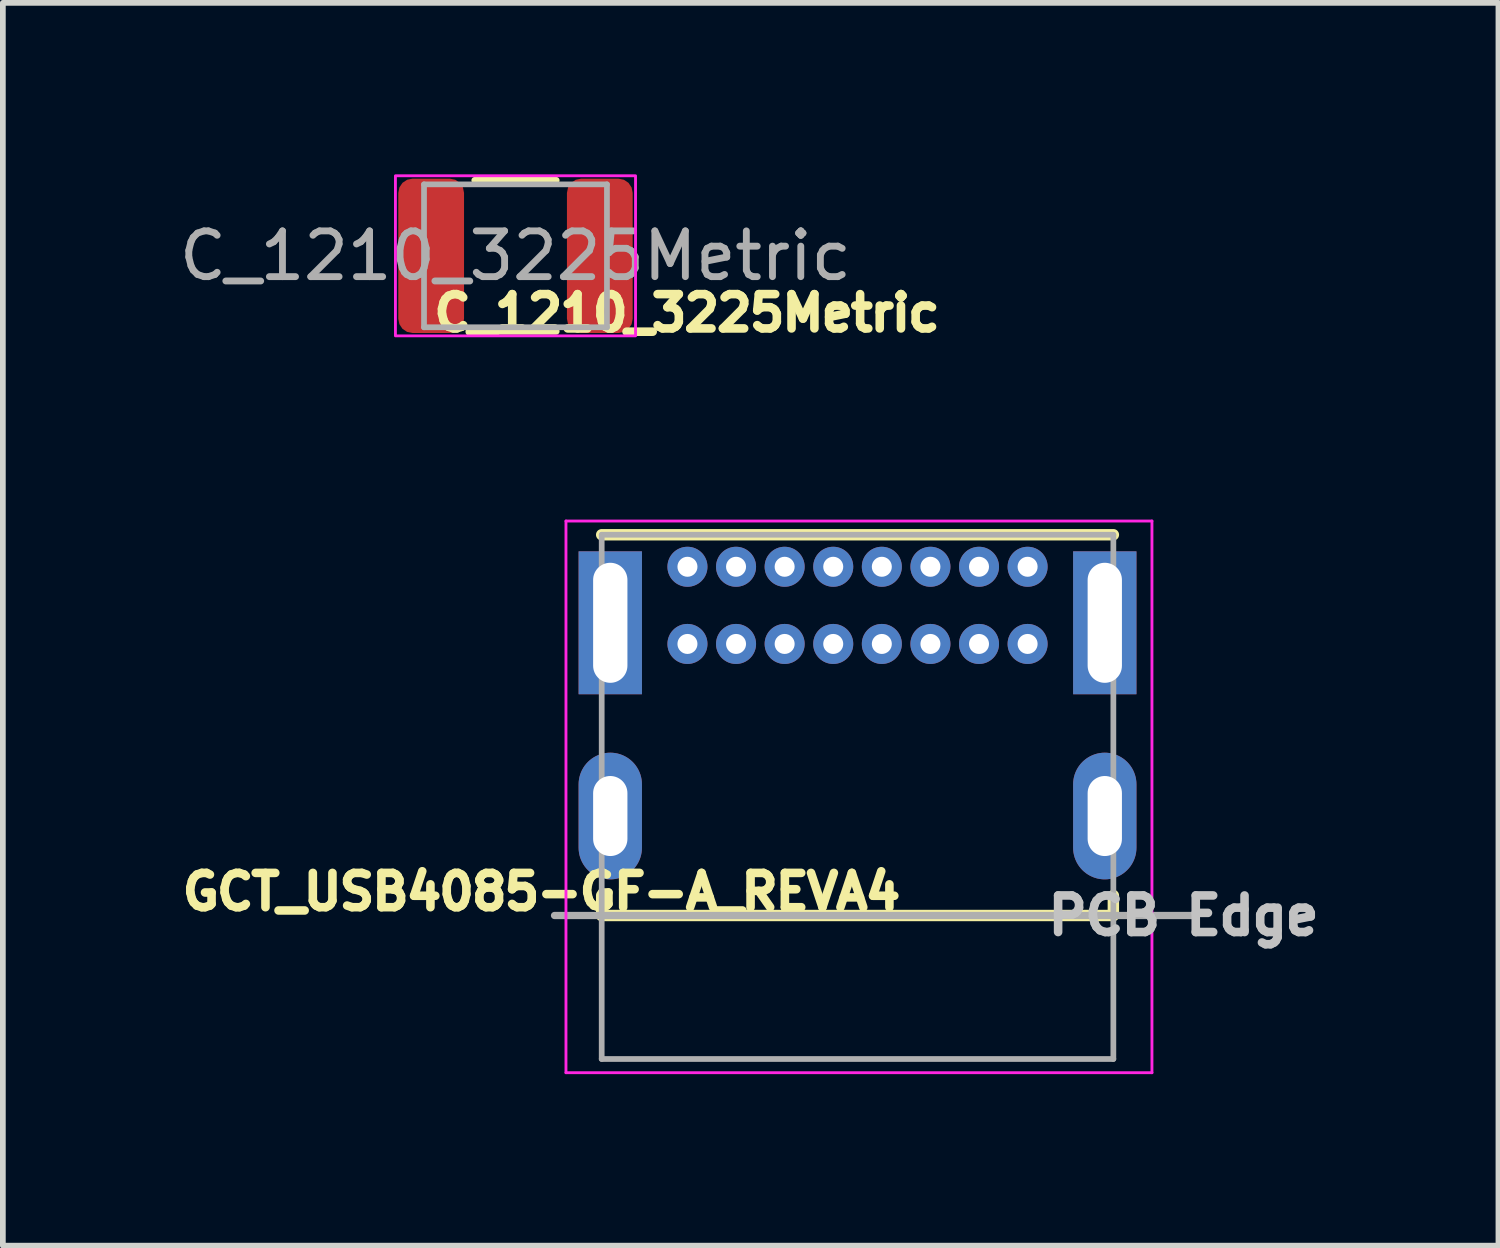
<source format=kicad_pcb>
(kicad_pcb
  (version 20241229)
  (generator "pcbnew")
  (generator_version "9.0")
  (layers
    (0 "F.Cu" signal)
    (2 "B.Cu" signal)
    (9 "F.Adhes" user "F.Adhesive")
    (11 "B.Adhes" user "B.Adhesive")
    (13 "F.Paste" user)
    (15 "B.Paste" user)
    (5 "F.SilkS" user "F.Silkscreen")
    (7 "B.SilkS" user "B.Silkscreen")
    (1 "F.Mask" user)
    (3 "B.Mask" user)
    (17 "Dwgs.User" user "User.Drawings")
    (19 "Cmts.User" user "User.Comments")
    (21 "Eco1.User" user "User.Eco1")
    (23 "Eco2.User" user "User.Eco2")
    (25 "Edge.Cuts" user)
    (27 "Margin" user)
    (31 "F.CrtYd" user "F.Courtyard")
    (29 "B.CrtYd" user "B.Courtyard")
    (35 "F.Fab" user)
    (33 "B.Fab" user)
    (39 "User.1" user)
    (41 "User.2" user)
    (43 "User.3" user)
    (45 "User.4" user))
  (footprint "GCT_USB4085-GF-A_REVA4"
    (layer "F.Cu")
    (at 8.975 6.864)
    (property "Reference" "GCT_USB4085-GF-A_REVA4" (at -2.553 5.685 180) (layer "F.SilkS") (effects (font (size 0.6 0.6) (thickness 0.15))))
    (attr through_hole)
    (fp_line (start -1.5 -0.56) (end 7.45 -0.56) (stroke (width 0.2) (type solid)) (layer "F.SilkS"))
    (fp_line (start -1.5 5.75) (end -1.5 6.1) (stroke (width 0.2) (type solid)) (layer "F.SilkS"))
    (fp_line (start -1.5 6.1) (end 7.45 6.1) (stroke (width 0.2) (type solid)) (layer "F.SilkS"))
    (fp_line (start 7.45 6.1) (end 7.45 5.75) (stroke (width 0.2) (type solid)) (layer "F.SilkS"))
    (fp_line (start -2.125 -0.8) (end 8.125 -0.8) (stroke (width 0.05) (type solid)) (layer "F.CrtYd"))
    (fp_line (start -2.125 8.85) (end -2.125 -0.8) (stroke (width 0.05) (type solid)) (layer "F.CrtYd"))
    (fp_line (start 8.125 -0.8) (end 8.125 8.85) (stroke (width 0.05) (type solid)) (layer "F.CrtYd"))
    (fp_line (start 8.125 8.85) (end -2.125 8.85) (stroke (width 0.05) (type solid)) (layer "F.CrtYd"))
    (fp_line (start -2.325 6.1) (end 8.875 6.1) (stroke (width 0.127) (type solid)) (layer "F.Fab"))
    (fp_line (start -1.5 -0.56) (end 7.45 -0.56) (stroke (width 0.1) (type solid)) (layer "F.Fab"))
    (fp_line (start -1.5 8.61) (end -1.5 -0.56) (stroke (width 0.1) (type solid)) (layer "F.Fab"))
    (fp_line (start 7.45 -0.56) (end 7.45 8.61) (stroke (width 0.1) (type solid)) (layer "F.Fab"))
    (fp_line (start 7.45 8.61) (end -1.5 8.61) (stroke (width 0.1) (type solid)) (layer "F.Fab"))
    (fp_text user "PCB Edge" (at 8.678 6.101 180) (layer "Dwgs.User") (effects (font (size 0.64 0.64) (thickness 0.15))))
    (pad "A1" thru_hole circle (at 0 0) (size 0.7 0.7) (drill 0.35) (layers "*.Cu" "*.Mask" "F.Paste"))
    (pad "A4" thru_hole circle (at 0.85 0) (size 0.7 0.7) (drill 0.35) (layers "*.Cu" "*.Mask" "F.Paste"))
    (pad "A5" thru_hole circle (at 1.7 0) (size 0.7 0.7) (drill 0.35) (layers "*.Cu" "*.Mask" "F.Paste"))
    (pad "A6" thru_hole circle (at 2.55 0) (size 0.7 0.7) (drill 0.35) (layers "*.Cu" "*.Mask" "F.Paste"))
    (pad "A7" thru_hole circle (at 3.4 0) (size 0.7 0.7) (drill 0.35) (layers "*.Cu" "*.Mask" "F.Paste"))
    (pad "A8" thru_hole circle (at 4.25 0) (size 0.7 0.7) (drill 0.35) (layers "*.Cu" "*.Mask" "F.Paste"))
    (pad "A9" thru_hole circle (at 5.1 0) (size 0.7 0.7) (drill 0.35) (layers "*.Cu" "*.Mask" "F.Paste"))
    (pad "A12" thru_hole circle (at 5.95 0) (size 0.7 0.7) (drill 0.35) (layers "*.Cu" "*.Mask" "F.Paste"))
    (pad "B1" thru_hole circle (at 5.95 1.35) (size 0.7 0.7) (drill 0.35) (layers "*.Cu" "*.Mask" "F.Paste"))
    (pad "B4" thru_hole circle (at 5.1 1.35) (size 0.7 0.7) (drill 0.35) (layers "*.Cu" "*.Mask" "F.Paste"))
    (pad "B5" thru_hole circle (at 4.25 1.35) (size 0.7 0.7) (drill 0.35) (layers "*.Cu" "*.Mask" "F.Paste"))
    (pad "B6" thru_hole circle (at 3.4 1.35) (size 0.7 0.7) (drill 0.35) (layers "*.Cu" "*.Mask" "F.Paste"))
    (pad "B7" thru_hole circle (at 2.55 1.35) (size 0.7 0.7) (drill 0.35) (layers "*.Cu" "*.Mask" "F.Paste"))
    (pad "B8" thru_hole circle (at 1.7 1.35) (size 0.7 0.7) (drill 0.35) (layers "*.Cu" "*.Mask" "F.Paste"))
    (pad "B9" thru_hole circle (at 0.85 1.35) (size 0.7 0.7) (drill 0.35) (layers "*.Cu" "*.Mask" "F.Paste"))
    (pad "B12" thru_hole circle (at 0 1.35) (size 0.7 0.7) (drill 0.35) (layers "*.Cu" "*.Mask" "F.Paste"))
    (pad "P1" thru_hole rect (at -1.35 0.98) (size 1.108 2.5) (drill oval 0.6 2.1) (layers "*.Cu" "*.Mask" "F.Paste"))
    (pad "P2" thru_hole rect (at 7.3 0.98) (size 1.108 2.5) (drill oval 0.6 2.1) (layers "*.Cu" "*.Mask" "F.Paste"))
    (pad "P3" thru_hole oval (at 7.3 4.36) (size 1.108 2.216) (drill oval 0.6 1.4) (layers "*.Cu" "*.Mask" "F.Paste"))
    (pad "P4" thru_hole oval (at -1.35 4.36) (size 1.108 2.216) (drill oval 0.6 1.4) (layers "*.Cu" "*.Mask" "F.Paste"))
    (zone (net_name "") (layers "F.Cu" "B.Cu") (hatch edge 0.508) (connect_pads) (min_thickness 0.254) (filled_areas_thickness no) (keepout (tracks allowed) (vias allowed) (pads allowed) (copperpour not_allowed) (footprints allowed)) (placement (enabled no)) (fill) (polygon (pts (xy 7.05 9.089) (xy 6.95 9.089) (xy 6.95 6.589) (xy 7.05 6.589))))
    (zone (net_name "") (layers "F.Cu" "B.Cu") (hatch edge 0.508) (connect_pads) (min_thickness 0.254) (filled_areas_thickness no) (keepout (tracks allowed) (vias allowed) (pads allowed) (copperpour not_allowed) (footprints allowed)) (placement (enabled no)) (fill) (polygon (pts (xy 8.15 6.489) (xy 7.35 6.489) (xy 7.35 6.389) (xy 8.15 6.389))))
    (zone (net_name "") (layers "F.Cu" "B.Cu") (hatch edge 0.508) (connect_pads) (min_thickness 0.254) (filled_areas_thickness no) (keepout (tracks allowed) (vias allowed) (pads allowed) (copperpour not_allowed) (footprints allowed)) (placement (enabled no)) (fill) (polygon (pts (xy 8.15 9.289) (xy 7.35 9.289) (xy 7.35 9.189) (xy 8.15 9.189))))
    (zone (net_name "") (layers "F.Cu" "B.Cu") (hatch edge 0.508) (connect_pads) (min_thickness 0.254) (filled_areas_thickness no) (keepout (tracks allowed) (vias allowed) (pads allowed) (copperpour not_allowed) (footprints allowed)) (placement (enabled no)) (fill) (polygon (pts (xy 16.55 6.489) (xy 15.75 6.489) (xy 15.75 6.389) (xy 16.55 6.389))))
    (zone (net_name "") (layers "F.Cu" "B.Cu") (hatch edge 0.508) (connect_pads) (min_thickness 0.254) (filled_areas_thickness no) (keepout (tracks allowed) (vias allowed) (pads allowed) (copperpour not_allowed) (footprints allowed)) (placement (enabled no)) (fill) (polygon (pts (xy 16.55 9.289) (xy 15.75 9.289) (xy 15.75 9.189) (xy 16.55 9.189))))
    (zone (net_name "") (layers "F.Cu" "B.Cu") (hatch edge 0.508) (connect_pads) (min_thickness 0.254) (filled_areas_thickness no) (keepout (tracks allowed) (vias allowed) (pads allowed) (copperpour not_allowed) (footprints allowed)) (placement (enabled no)) (fill) (polygon (pts (xy 16.95 9.089) (xy 16.85 9.089) (xy 16.85 6.589) (xy 16.95 6.589)))))
  (footprint "C_1210_3225Metric"
    (layer "F.Cu")
    (at 5.967 1.425)
    (property "Reference" "C_1210_3225Metric" (at 3 1 180) (layer "F.SilkS") (effects (font (size 0.6 0.6) (thickness 0.15))))
    (attr smd)
    (fp_line (start -0.711 -1.32) (end 0.711 -1.32) (stroke (width 0.12) (type solid)) (layer "F.SilkS"))
    (fp_line (start -0.711 1.32) (end 0.711 1.32) (stroke (width 0.12) (type solid)) (layer "F.SilkS"))
    (fp_rect (start -2.1 1.4) (end 2.1 -1.4) (stroke (width 0.05) (type default)) (fill no) (layer "F.CrtYd"))
    (fp_line (start -1.6 -1.25) (end 1.6 -1.25) (stroke (width 0.1) (type solid)) (layer "F.Fab"))
    (fp_line (start -1.6 1.25) (end -1.6 -1.25) (stroke (width 0.1) (type solid)) (layer "F.Fab"))
    (fp_line (start 1.6 -1.25) (end 1.6 1.25) (stroke (width 0.1) (type solid)) (layer "F.Fab"))
    (fp_line (start 1.6 1.25) (end -1.6 1.25) (stroke (width 0.1) (type solid)) (layer "F.Fab"))
    (fp_text user "${REFERENCE}" (at 0 0 180) (layer "F.Fab") (effects (font (size 0.8 0.8) (thickness 0.12))))
    (pad "1" smd roundrect (at -1.475 0) (size 1.15 2.7) (layers "F.Cu" "F.Mask" "F.Paste") (roundrect_rratio 0.217))
    (pad "2" smd roundrect (at 1.475 0) (size 1.15 2.7) (layers "F.Cu" "F.Mask" "F.Paste") (roundrect_rratio 0.217)))
  (gr_rect
    (start -3 -3)
    (end 23.161 18.739)
    (stroke (width 0.1) (type default))
    (fill no)
    (layer "Edge.Cuts")))
</source>
